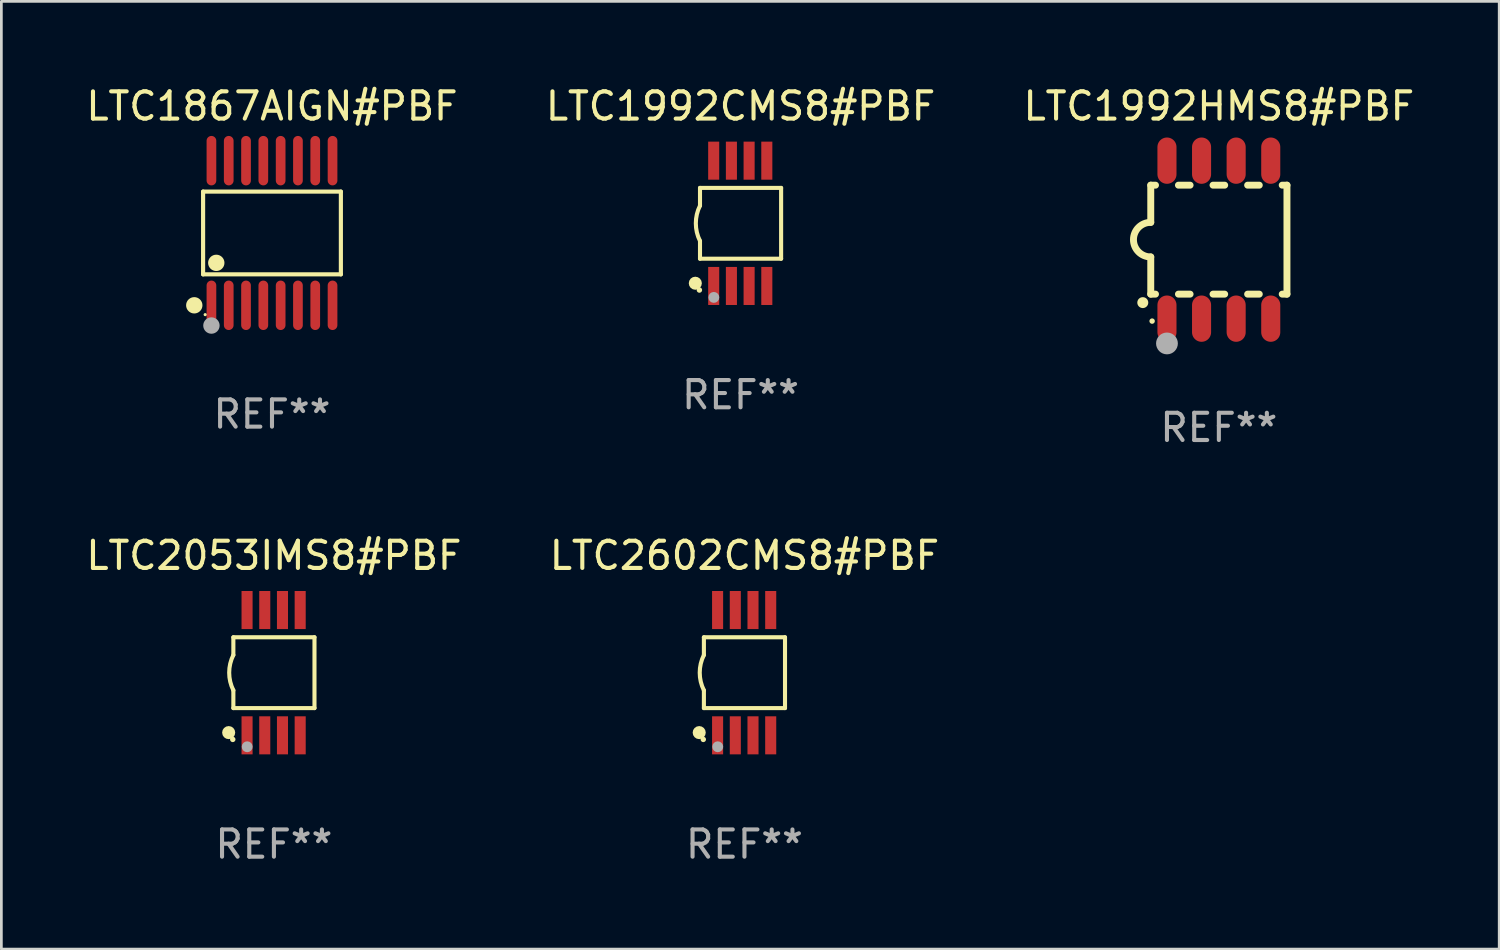
<source format=kicad_pcb>
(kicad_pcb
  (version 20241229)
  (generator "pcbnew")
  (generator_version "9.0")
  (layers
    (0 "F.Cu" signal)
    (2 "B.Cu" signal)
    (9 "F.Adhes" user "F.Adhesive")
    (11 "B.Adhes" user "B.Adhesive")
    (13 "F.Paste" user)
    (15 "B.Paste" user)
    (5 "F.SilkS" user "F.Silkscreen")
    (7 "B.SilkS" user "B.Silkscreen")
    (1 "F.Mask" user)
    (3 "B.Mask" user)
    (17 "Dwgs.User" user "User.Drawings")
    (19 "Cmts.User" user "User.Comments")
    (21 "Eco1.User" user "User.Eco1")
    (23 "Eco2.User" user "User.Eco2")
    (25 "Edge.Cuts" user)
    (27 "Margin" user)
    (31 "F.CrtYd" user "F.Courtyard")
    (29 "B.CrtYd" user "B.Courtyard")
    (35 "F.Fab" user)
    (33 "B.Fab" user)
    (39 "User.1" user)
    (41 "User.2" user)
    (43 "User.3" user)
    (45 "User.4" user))
  (footprint "LTC2602CMS8#PBF"
    (layer "F.Cu")
    (at 24.28 21.645)
    (property "Reference" "LTC2602CMS8#PBF" (at 0 -4.3 0) (layer "F.SilkS") (effects (font (size 1 1) (thickness 0.15))))
    (attr through_hole)
    (fp_line (start -1.489 -1.3) (end -1.489 -0.648) (stroke (width 0.15) (type solid)) (layer "F.SilkS"))
    (fp_line (start -1.489 0.648) (end -1.489 1.3) (stroke (width 0.15) (type solid)) (layer "F.SilkS"))
    (fp_line (start -1.489 1.3) (end 1.489 1.3) (stroke (width 0.15) (type solid)) (layer "F.SilkS"))
    (fp_line (start 1.489 -1.3) (end -1.489 -1.3) (stroke (width 0.15) (type solid)) (layer "F.SilkS"))
    (fp_line (start 1.489 1.3) (end 1.489 -1.3) (stroke (width 0.15) (type solid)) (layer "F.SilkS"))
    (fp_arc (start -1.489205 0.647702) (mid -1.642107 0) (end -1.489205 -0.647701) (stroke (width 0.150013) (type solid)) (layer "F.SilkS"))
    (fp_circle (center -1.661 2.2) (end -1.541 2.2) (stroke (width 0.24) (type solid)) (fill no) (layer "F.SilkS"))
    (fp_circle (center -1.511 2.45) (end -1.461 2.45) (stroke (width 0.1) (type solid)) (fill no) (layer "F.SilkS"))
    (fp_circle (center -0.981 2.72) (end -0.881 2.72) (stroke (width 0.2) (type solid)) (fill no) (layer "F.Fab"))
    (fp_text user "REF**" (at 0 6.3 0) (layer "F.Fab") (effects (font (size 1 1) (thickness 0.15))))
    (pad "1" smd rect (at -0.986 2.3) (size 0.406 1.397) (layers "F.Cu" "F.Mask" "F.Paste"))
    (pad "2" smd rect (at -0.336 2.3) (size 0.406 1.397) (layers "F.Cu" "F.Mask" "F.Paste"))
    (pad "3" smd rect (at 0.314 2.3) (size 0.406 1.397) (layers "F.Cu" "F.Mask" "F.Paste"))
    (pad "4" smd rect (at 0.964 2.3) (size 0.406 1.397) (layers "F.Cu" "F.Mask" "F.Paste"))
    (pad "5" smd rect (at 0.964 -2.3) (size 0.406 1.397) (layers "F.Cu" "F.Mask" "F.Paste"))
    (pad "6" smd rect (at 0.314 -2.3) (size 0.406 1.397) (layers "F.Cu" "F.Mask" "F.Paste"))
    (pad "7" smd rect (at -0.336 -2.3) (size 0.406 1.397) (layers "F.Cu" "F.Mask" "F.Paste"))
    (pad "8" smd rect (at -0.986 -2.3) (size 0.406 1.397) (layers "F.Cu" "F.Mask" "F.Paste")))
  (footprint "LTC2053IMS8#PBF"
    (layer "F.Cu")
    (at 7.006 21.645)
    (property "Reference" "LTC2053IMS8#PBF" (at 0 -4.3 0) (layer "F.SilkS") (effects (font (size 1 1) (thickness 0.15))))
    (attr through_hole)
    (fp_line (start -1.489 -1.3) (end -1.489 -0.648) (stroke (width 0.15) (type solid)) (layer "F.SilkS"))
    (fp_line (start -1.489 0.648) (end -1.489 1.3) (stroke (width 0.15) (type solid)) (layer "F.SilkS"))
    (fp_line (start -1.489 1.3) (end 1.489 1.3) (stroke (width 0.15) (type solid)) (layer "F.SilkS"))
    (fp_line (start 1.489 -1.3) (end -1.489 -1.3) (stroke (width 0.15) (type solid)) (layer "F.SilkS"))
    (fp_line (start 1.489 1.3) (end 1.489 -1.3) (stroke (width 0.15) (type solid)) (layer "F.SilkS"))
    (fp_arc (start -1.489205 0.647702) (mid -1.642107 0) (end -1.489205 -0.647701) (stroke (width 0.150013) (type solid)) (layer "F.SilkS"))
    (fp_circle (center -1.661 2.2) (end -1.541 2.2) (stroke (width 0.24) (type solid)) (fill no) (layer "F.SilkS"))
    (fp_circle (center -1.511 2.45) (end -1.461 2.45) (stroke (width 0.1) (type solid)) (fill no) (layer "F.SilkS"))
    (fp_circle (center -0.981 2.72) (end -0.881 2.72) (stroke (width 0.2) (type solid)) (fill no) (layer "F.Fab"))
    (fp_text user "REF**" (at 0 6.3 0) (layer "F.Fab") (effects (font (size 1 1) (thickness 0.15))))
    (pad "1" smd rect (at -0.986 2.3) (size 0.406 1.397) (layers "F.Cu" "F.Mask" "F.Paste"))
    (pad "2" smd rect (at -0.336 2.3) (size 0.406 1.397) (layers "F.Cu" "F.Mask" "F.Paste"))
    (pad "3" smd rect (at 0.314 2.3) (size 0.406 1.397) (layers "F.Cu" "F.Mask" "F.Paste"))
    (pad "4" smd rect (at 0.964 2.3) (size 0.406 1.397) (layers "F.Cu" "F.Mask" "F.Paste"))
    (pad "5" smd rect (at 0.964 -2.3) (size 0.406 1.397) (layers "F.Cu" "F.Mask" "F.Paste"))
    (pad "6" smd rect (at 0.314 -2.3) (size 0.406 1.397) (layers "F.Cu" "F.Mask" "F.Paste"))
    (pad "7" smd rect (at -0.336 -2.3) (size 0.406 1.397) (layers "F.Cu" "F.Mask" "F.Paste"))
    (pad "8" smd rect (at -0.986 -2.3) (size 0.406 1.397) (layers "F.Cu" "F.Mask" "F.Paste")))
  (footprint "LTC1992HMS8#PBF"
    (layer "F.Cu")
    (at 41.696 5.748)
    (property "Reference" "LTC1992HMS8#PBF" (at 0 -4.9 0) (layer "F.SilkS") (effects (font (size 1 1) (thickness 0.15))))
    (attr through_hole)
    (fp_line (start -2.5 -2) (end -2.5 -0.635) (stroke (width 0.254) (type solid)) (layer "F.SilkS"))
    (fp_line (start -2.5 -2) (end -2.326 -2) (stroke (width 0.254) (type solid)) (layer "F.SilkS"))
    (fp_line (start -2.5 2) (end -2.5 0.635) (stroke (width 0.254) (type solid)) (layer "F.SilkS"))
    (fp_line (start -2.5 2) (end -2.326 2) (stroke (width 0.254) (type solid)) (layer "F.SilkS"))
    (fp_line (start -1.484 -2) (end -1.056 -2) (stroke (width 0.254) (type solid)) (layer "F.SilkS"))
    (fp_line (start -1.484 2) (end -1.056 2) (stroke (width 0.254) (type solid)) (layer "F.SilkS"))
    (fp_line (start -0.214 -2) (end 0.214 -2) (stroke (width 0.254) (type solid)) (layer "F.SilkS"))
    (fp_line (start -0.214 2) (end 0.214 2) (stroke (width 0.254) (type solid)) (layer "F.SilkS"))
    (fp_line (start 1.056 -2) (end 1.484 -2) (stroke (width 0.254) (type solid)) (layer "F.SilkS"))
    (fp_line (start 1.056 2) (end 1.484 2) (stroke (width 0.254) (type solid)) (layer "F.SilkS"))
    (fp_line (start 2.326 -2) (end 2.5 -2) (stroke (width 0.254) (type solid)) (layer "F.SilkS"))
    (fp_line (start 2.326 2) (end 2.5 2) (stroke (width 0.254) (type solid)) (layer "F.SilkS"))
    (fp_line (start 2.5 -2) (end 2.5 2) (stroke (width 0.254) (type solid)) (layer "F.SilkS"))
    (fp_arc (start -2.794006 2.311405) (mid -2.792736 2.311401) (end -2.791466 2.311405) (stroke (width 0.4) (type solid)) (layer "F.SilkS"))
    (fp_arc (start -2.5 0.635001) (mid -3.134366 -0.000318) (end -2.499365 -0.635001) (stroke (width 0.254001) (type solid)) (layer "F.SilkS"))
    (fp_circle (center -2.45 2.99) (end -2.4 2.99) (stroke (width 0.1) (type solid)) (fill no) (layer "F.SilkS"))
    (fp_circle (center -1.905 3.81) (end -1.705 3.81) (stroke (width 0.4) (type solid)) (fill no) (layer "F.Fab"))
    (fp_text user "REF**" (at 0 6.9 0) (layer "F.Fab") (effects (font (size 1 1) (thickness 0.15))))
    (pad "1" smd oval (at -1.905 2.9 180) (size 0.7 1.7) (layers "F.Cu" "F.Mask" "F.Paste"))
    (pad "2" smd oval (at -0.635 2.9 180) (size 0.7 1.7) (layers "F.Cu" "F.Mask" "F.Paste"))
    (pad "3" smd oval (at 0.635 2.9 180) (size 0.7 1.7) (layers "F.Cu" "F.Mask" "F.Paste"))
    (pad "4" smd oval (at 1.905 2.9 180) (size 0.7 1.7) (layers "F.Cu" "F.Mask" "F.Paste"))
    (pad "5" smd oval (at 1.905 -2.9 180) (size 0.7 1.7) (layers "F.Cu" "F.Mask" "F.Paste"))
    (pad "6" smd oval (at 0.635 -2.9 180) (size 0.7 1.7) (layers "F.Cu" "F.Mask" "F.Paste"))
    (pad "7" smd oval (at -0.635 -2.9 180) (size 0.7 1.7) (layers "F.Cu" "F.Mask" "F.Paste"))
    (pad "8" smd oval (at -1.905 -2.9 180) (size 0.7 1.7) (layers "F.Cu" "F.Mask" "F.Paste")))
  (footprint "LTC1867AIGN#PBF"
    (layer "F.Cu")
    (at 6.935 5.503)
    (property "Reference" "LTC1867AIGN#PBF" (at 0 -4.655 0) (layer "F.SilkS") (effects (font (size 1 1) (thickness 0.15))))
    (attr through_hole)
    (fp_line (start -2.529 -1.519) (end 2.529 -1.519) (stroke (width 0.152) (type solid)) (layer "F.SilkS"))
    (fp_line (start -2.529 1.519) (end -2.529 -1.519) (stroke (width 0.152) (type solid)) (layer "F.SilkS"))
    (fp_line (start 2.529 -1.519) (end 2.529 1.519) (stroke (width 0.152) (type solid)) (layer "F.SilkS"))
    (fp_line (start 2.529 1.519) (end -2.529 1.519) (stroke (width 0.152) (type solid)) (layer "F.SilkS"))
    (fp_circle (center -2.853 2.655) (end -2.703 2.655) (stroke (width 0.3) (type solid)) (fill no) (layer "F.SilkS"))
    (fp_circle (center -2.453 2.998) (end -2.423 2.998) (stroke (width 0.06) (type solid)) (fill no) (layer "F.SilkS"))
    (fp_circle (center -2.045 1.097) (end -1.895 1.097) (stroke (width 0.3) (type solid)) (fill no) (layer "F.SilkS"))
    (fp_circle (center -2.223 3.398) (end -2.072 3.398) (stroke (width 0.3) (type solid)) (fill no) (layer "F.Fab"))
    (fp_text user "REF**" (at 0 6.655 0) (layer "F.Fab") (effects (font (size 1 1) (thickness 0.15))))
    (pad "1" smd oval (at -2.223 2.655) (size 0.356 1.815) (layers "F.Cu" "F.Mask" "F.Paste"))
    (pad "2" smd oval (at -1.588 2.655) (size 0.356 1.815) (layers "F.Cu" "F.Mask" "F.Paste"))
    (pad "3" smd oval (at -0.953 2.655) (size 0.356 1.815) (layers "F.Cu" "F.Mask" "F.Paste"))
    (pad "4" smd oval (at -0.318 2.655) (size 0.356 1.815) (layers "F.Cu" "F.Mask" "F.Paste"))
    (pad "5" smd oval (at 0.318 2.655) (size 0.356 1.815) (layers "F.Cu" "F.Mask" "F.Paste"))
    (pad "6" smd oval (at 0.953 2.655) (size 0.356 1.815) (layers "F.Cu" "F.Mask" "F.Paste"))
    (pad "7" smd oval (at 1.588 2.655) (size 0.356 1.815) (layers "F.Cu" "F.Mask" "F.Paste"))
    (pad "8" smd oval (at 2.223 2.655) (size 0.356 1.815) (layers "F.Cu" "F.Mask" "F.Paste"))
    (pad "9" smd oval (at 2.223 -2.655) (size 0.356 1.815) (layers "F.Cu" "F.Mask" "F.Paste"))
    (pad "10" smd oval (at 1.588 -2.655) (size 0.356 1.815) (layers "F.Cu" "F.Mask" "F.Paste"))
    (pad "11" smd oval (at 0.953 -2.655) (size 0.356 1.815) (layers "F.Cu" "F.Mask" "F.Paste"))
    (pad "12" smd oval (at 0.318 -2.655) (size 0.356 1.815) (layers "F.Cu" "F.Mask" "F.Paste"))
    (pad "13" smd oval (at -0.318 -2.655) (size 0.356 1.815) (layers "F.Cu" "F.Mask" "F.Paste"))
    (pad "14" smd oval (at -0.953 -2.655) (size 0.356 1.815) (layers "F.Cu" "F.Mask" "F.Paste"))
    (pad "15" smd oval (at -1.588 -2.655) (size 0.356 1.815) (layers "F.Cu" "F.Mask" "F.Paste"))
    (pad "16" smd oval (at -2.223 -2.655) (size 0.356 1.815) (layers "F.Cu" "F.Mask" "F.Paste")))
  (footprint "LTC1992CMS8#PBF"
    (layer "F.Cu")
    (at 24.137 5.148)
    (property "Reference" "LTC1992CMS8#PBF" (at 0 -4.3 0) (layer "F.SilkS") (effects (font (size 1 1) (thickness 0.15))))
    (attr through_hole)
    (fp_line (start -1.489 -1.3) (end -1.489 -0.648) (stroke (width 0.15) (type solid)) (layer "F.SilkS"))
    (fp_line (start -1.489 0.648) (end -1.489 1.3) (stroke (width 0.15) (type solid)) (layer "F.SilkS"))
    (fp_line (start -1.489 1.3) (end 1.489 1.3) (stroke (width 0.15) (type solid)) (layer "F.SilkS"))
    (fp_line (start 1.489 -1.3) (end -1.489 -1.3) (stroke (width 0.15) (type solid)) (layer "F.SilkS"))
    (fp_line (start 1.489 1.3) (end 1.489 -1.3) (stroke (width 0.15) (type solid)) (layer "F.SilkS"))
    (fp_arc (start -1.489205 0.647702) (mid -1.642107 0) (end -1.489205 -0.647701) (stroke (width 0.150013) (type solid)) (layer "F.SilkS"))
    (fp_circle (center -1.661 2.2) (end -1.541 2.2) (stroke (width 0.24) (type solid)) (fill no) (layer "F.SilkS"))
    (fp_circle (center -1.511 2.45) (end -1.461 2.45) (stroke (width 0.1) (type solid)) (fill no) (layer "F.SilkS"))
    (fp_circle (center -0.981 2.72) (end -0.881 2.72) (stroke (width 0.2) (type solid)) (fill no) (layer "F.Fab"))
    (fp_text user "REF**" (at 0 6.3 0) (layer "F.Fab") (effects (font (size 1 1) (thickness 0.15))))
    (pad "1" smd rect (at -0.986 2.3) (size 0.406 1.397) (layers "F.Cu" "F.Mask" "F.Paste"))
    (pad "2" smd rect (at -0.336 2.3) (size 0.406 1.397) (layers "F.Cu" "F.Mask" "F.Paste"))
    (pad "3" smd rect (at 0.314 2.3) (size 0.406 1.397) (layers "F.Cu" "F.Mask" "F.Paste"))
    (pad "4" smd rect (at 0.964 2.3) (size 0.406 1.397) (layers "F.Cu" "F.Mask" "F.Paste"))
    (pad "5" smd rect (at 0.964 -2.3) (size 0.406 1.397) (layers "F.Cu" "F.Mask" "F.Paste"))
    (pad "6" smd rect (at 0.314 -2.3) (size 0.406 1.397) (layers "F.Cu" "F.Mask" "F.Paste"))
    (pad "7" smd rect (at -0.336 -2.3) (size 0.406 1.397) (layers "F.Cu" "F.Mask" "F.Paste"))
    (pad "8" smd rect (at -0.986 -2.3) (size 0.406 1.397) (layers "F.Cu" "F.Mask" "F.Paste")))
  (gr_rect
    (start -3 -3)
    (end 51.988 31.793)
    (stroke (width 0.1) (type default))
    (fill no)
    (layer "Edge.Cuts")))
</source>
